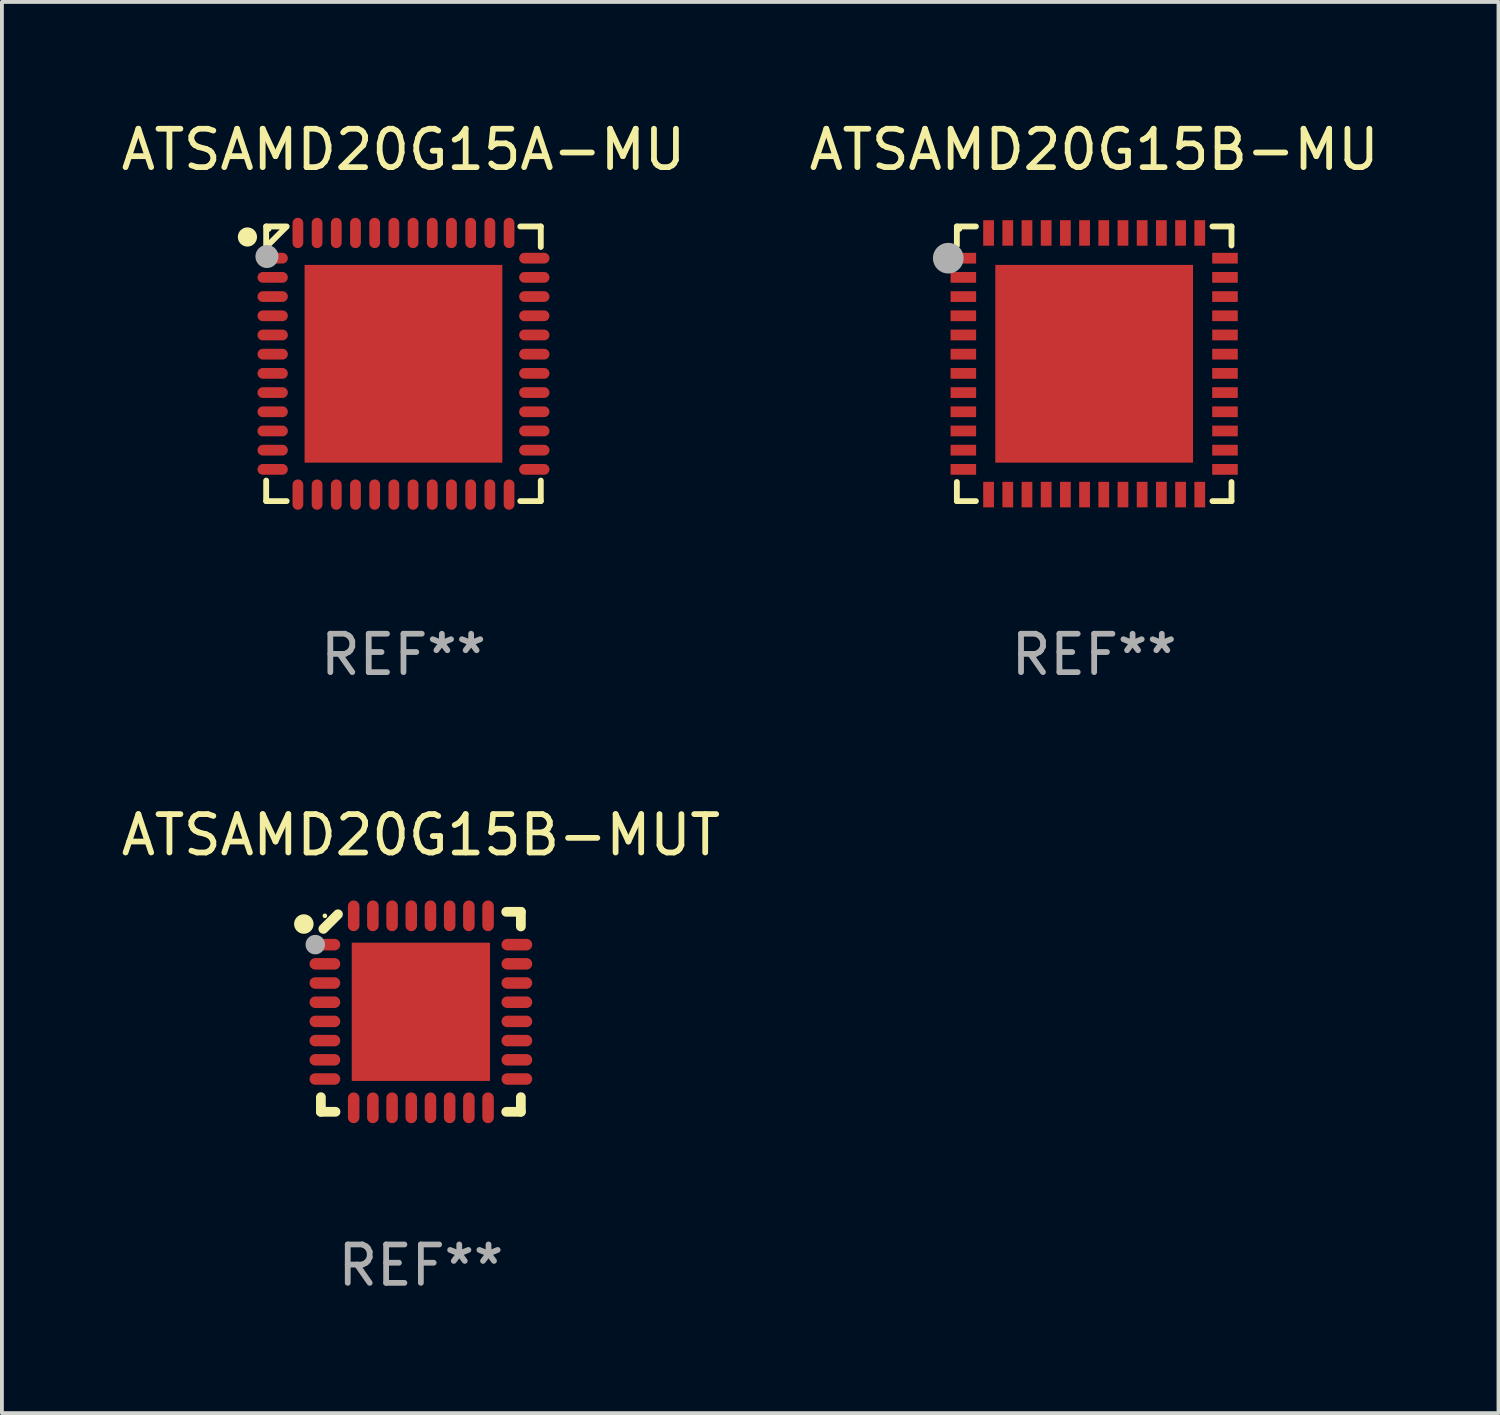
<source format=kicad_pcb>
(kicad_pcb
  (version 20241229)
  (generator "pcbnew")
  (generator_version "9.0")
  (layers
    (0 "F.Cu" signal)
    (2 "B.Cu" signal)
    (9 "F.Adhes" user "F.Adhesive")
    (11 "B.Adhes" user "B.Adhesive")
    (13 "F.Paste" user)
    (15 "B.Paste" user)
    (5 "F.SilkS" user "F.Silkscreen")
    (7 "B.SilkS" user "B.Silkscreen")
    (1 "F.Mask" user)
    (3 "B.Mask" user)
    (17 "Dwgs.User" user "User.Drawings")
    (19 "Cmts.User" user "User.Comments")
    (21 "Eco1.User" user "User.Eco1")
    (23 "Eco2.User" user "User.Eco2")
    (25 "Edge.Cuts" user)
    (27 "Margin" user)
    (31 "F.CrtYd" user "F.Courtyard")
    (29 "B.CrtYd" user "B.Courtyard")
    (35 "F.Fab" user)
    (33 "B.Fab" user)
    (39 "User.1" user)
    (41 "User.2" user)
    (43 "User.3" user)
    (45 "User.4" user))
  (footprint "ATSAMD20G15B-MUT"
    (layer "F.Cu")
    (at 7.911 23.301)
    (property "Reference" "ATSAMD20G15B-MUT" (at 0 -4.604 0) (layer "F.SilkS") (effects (font (size 1 1) (thickness 0.15))))
    (attr through_hole)
    (fp_line (start -2.604 2.223) (end -2.604 2.604) (stroke (width 0.254) (type solid)) (layer "F.SilkS"))
    (fp_line (start -2.604 2.604) (end -2.223 2.604) (stroke (width 0.254) (type solid)) (layer "F.SilkS"))
    (fp_line (start -2.159 -2.54) (end -2.54 -2.159) (stroke (width 0.254) (type solid)) (layer "F.SilkS"))
    (fp_line (start 2.223 2.604) (end 2.604 2.604) (stroke (width 0.254) (type solid)) (layer "F.SilkS"))
    (fp_line (start 2.604 -2.604) (end 2.223 -2.604) (stroke (width 0.254) (type solid)) (layer "F.SilkS"))
    (fp_line (start 2.604 -2.223) (end 2.604 -2.604) (stroke (width 0.254) (type solid)) (layer "F.SilkS"))
    (fp_line (start 2.604 2.604) (end 2.604 2.223) (stroke (width 0.254) (type solid)) (layer "F.SilkS"))
    (fp_circle (center -3.048 -2.286) (end -2.921 -2.286) (stroke (width 0.254) (type solid)) (fill no) (layer "F.SilkS"))
    (fp_circle (center -2.5 -2.5) (end -2.47 -2.5) (stroke (width 0.06) (type solid)) (fill no) (layer "F.SilkS"))
    (fp_circle (center -2.75 -1.75) (end -2.623 -1.75) (stroke (width 0.254) (type solid)) (fill no) (layer "F.Fab"))
    (fp_text user "REF**" (at 0 6.604 0) (layer "F.Fab") (effects (font (size 1 1) (thickness 0.15))))
    (pad "1" smd oval (at -2.5 -1.75) (size 0.8 0.3) (layers "F.Cu" "F.Mask" "F.Paste"))
    (pad "2" smd oval (at -2.5 -1.25) (size 0.8 0.3) (layers "F.Cu" "F.Mask" "F.Paste"))
    (pad "3" smd oval (at -2.5 -0.75) (size 0.8 0.3) (layers "F.Cu" "F.Mask" "F.Paste"))
    (pad "4" smd oval (at -2.5 -0.25) (size 0.8 0.3) (layers "F.Cu" "F.Mask" "F.Paste"))
    (pad "5" smd oval (at -2.5 0.25) (size 0.8 0.3) (layers "F.Cu" "F.Mask" "F.Paste"))
    (pad "6" smd oval (at -2.5 0.75) (size 0.8 0.3) (layers "F.Cu" "F.Mask" "F.Paste"))
    (pad "7" smd oval (at -2.5 1.25) (size 0.8 0.3) (layers "F.Cu" "F.Mask" "F.Paste"))
    (pad "8" smd oval (at -2.5 1.75) (size 0.8 0.3) (layers "F.Cu" "F.Mask" "F.Paste"))
    (pad "9" smd oval (at -1.75 2.5) (size 0.3 0.8) (layers "F.Cu" "F.Mask" "F.Paste"))
    (pad "10" smd oval (at -1.25 2.5) (size 0.3 0.8) (layers "F.Cu" "F.Mask" "F.Paste"))
    (pad "11" smd oval (at -0.75 2.5) (size 0.3 0.8) (layers "F.Cu" "F.Mask" "F.Paste"))
    (pad "12" smd oval (at -0.25 2.5) (size 0.3 0.8) (layers "F.Cu" "F.Mask" "F.Paste"))
    (pad "13" smd oval (at 0.25 2.5) (size 0.3 0.8) (layers "F.Cu" "F.Mask" "F.Paste"))
    (pad "14" smd oval (at 0.75 2.5) (size 0.3 0.8) (layers "F.Cu" "F.Mask" "F.Paste"))
    (pad "15" smd oval (at 1.25 2.5) (size 0.3 0.8) (layers "F.Cu" "F.Mask" "F.Paste"))
    (pad "16" smd oval (at 1.75 2.5) (size 0.3 0.8) (layers "F.Cu" "F.Mask" "F.Paste"))
    (pad "17" smd oval (at 2.5 1.75) (size 0.8 0.3) (layers "F.Cu" "F.Mask" "F.Paste"))
    (pad "18" smd oval (at 2.5 1.25) (size 0.8 0.3) (layers "F.Cu" "F.Mask" "F.Paste"))
    (pad "19" smd oval (at 2.5 0.75) (size 0.8 0.3) (layers "F.Cu" "F.Mask" "F.Paste"))
    (pad "20" smd oval (at 2.5 0.25) (size 0.8 0.3) (layers "F.Cu" "F.Mask" "F.Paste"))
    (pad "21" smd oval (at 2.5 -0.25) (size 0.8 0.3) (layers "F.Cu" "F.Mask" "F.Paste"))
    (pad "22" smd oval (at 2.5 -0.75) (size 0.8 0.3) (layers "F.Cu" "F.Mask" "F.Paste"))
    (pad "23" smd oval (at 2.5 -1.25) (size 0.8 0.3) (layers "F.Cu" "F.Mask" "F.Paste"))
    (pad "24" smd oval (at 2.5 -1.75) (size 0.8 0.3) (layers "F.Cu" "F.Mask" "F.Paste"))
    (pad "25" smd oval (at 1.75 -2.5) (size 0.3 0.8) (layers "F.Cu" "F.Mask" "F.Paste"))
    (pad "26" smd oval (at 1.25 -2.5) (size 0.3 0.8) (layers "F.Cu" "F.Mask" "F.Paste"))
    (pad "27" smd oval (at 0.75 -2.5) (size 0.3 0.8) (layers "F.Cu" "F.Mask" "F.Paste"))
    (pad "28" smd oval (at 0.25 -2.5) (size 0.3 0.8) (layers "F.Cu" "F.Mask" "F.Paste"))
    (pad "29" smd oval (at -0.25 -2.5) (size 0.3 0.8) (layers "F.Cu" "F.Mask" "F.Paste"))
    (pad "30" smd oval (at -0.75 -2.5) (size 0.3 0.8) (layers "F.Cu" "F.Mask" "F.Paste"))
    (pad "31" smd oval (at -1.25 -2.5) (size 0.3 0.8) (layers "F.Cu" "F.Mask" "F.Paste"))
    (pad "32" smd oval (at -1.75 -2.5) (size 0.3 0.8) (layers "F.Cu" "F.Mask" "F.Paste"))
    (pad "33" smd rect (at -0.000076 0) (size 3.6 3.6) (layers "F.Cu" "F.Mask" "F.Paste")))
  (footprint "ATSAMD20G15A-MU"
    (layer "F.Cu")
    (at 7.458 6.424)
    (property "Reference" "ATSAMD20G15A-MU" (at 0 -5.576 0) (layer "F.SilkS") (effects (font (size 1 1) (thickness 0.15))))
    (attr through_hole)
    (fp_line (start -3.576 -3.576) (end -3.042 -3.576) (stroke (width 0.152) (type solid)) (layer "F.SilkS"))
    (fp_line (start -3.576 -3.042) (end -3.576 -3.576) (stroke (width 0.152) (type solid)) (layer "F.SilkS"))
    (fp_line (start -3.576 3.042) (end -3.576 3.576) (stroke (width 0.152) (type solid)) (layer "F.SilkS"))
    (fp_line (start -3.576 3.576) (end -3.042 3.576) (stroke (width 0.152) (type solid)) (layer "F.SilkS"))
    (fp_line (start -3.069 -3.549) (end -3.549 -3.069) (stroke (width 0.152) (type solid)) (layer "F.SilkS"))
    (fp_line (start 3.576 -3.576) (end 3.042 -3.576) (stroke (width 0.152) (type solid)) (layer "F.SilkS"))
    (fp_line (start 3.576 -3.042) (end 3.576 -3.576) (stroke (width 0.152) (type solid)) (layer "F.SilkS"))
    (fp_line (start 3.576 3.042) (end 3.576 3.576) (stroke (width 0.152) (type solid)) (layer "F.SilkS"))
    (fp_line (start 3.576 3.576) (end 3.042 3.576) (stroke (width 0.152) (type solid)) (layer "F.SilkS"))
    (fp_circle (center -4.064 -3.302) (end -3.939 -3.302) (stroke (width 0.25) (type solid)) (fill no) (layer "F.SilkS"))
    (fp_circle (center -3.5 -3.5) (end -3.47 -3.5) (stroke (width 0.06) (type solid)) (fill no) (layer "F.SilkS"))
    (fp_circle (center -3.556 -2.794) (end -3.406 -2.794) (stroke (width 0.3) (type solid)) (fill no) (layer "F.Fab"))
    (fp_text user "REF**" (at 0 7.576 0) (layer "F.Fab") (effects (font (size 1 1) (thickness 0.15))))
    (pad "1" smd oval (at -3.407 -2.75) (size 0.79 0.28) (layers "F.Cu" "F.Mask" "F.Paste"))
    (pad "2" smd oval (at -3.407 -2.25) (size 0.79 0.28) (layers "F.Cu" "F.Mask" "F.Paste"))
    (pad "3" smd oval (at -3.407 -1.75) (size 0.79 0.28) (layers "F.Cu" "F.Mask" "F.Paste"))
    (pad "4" smd oval (at -3.407 -1.25) (size 0.79 0.28) (layers "F.Cu" "F.Mask" "F.Paste"))
    (pad "5" smd oval (at -3.407 -0.75) (size 0.79 0.28) (layers "F.Cu" "F.Mask" "F.Paste"))
    (pad "6" smd oval (at -3.407 -0.25) (size 0.79 0.28) (layers "F.Cu" "F.Mask" "F.Paste"))
    (pad "7" smd oval (at -3.407 0.25) (size 0.79 0.28) (layers "F.Cu" "F.Mask" "F.Paste"))
    (pad "8" smd oval (at -3.407 0.75) (size 0.79 0.28) (layers "F.Cu" "F.Mask" "F.Paste"))
    (pad "9" smd oval (at -3.407 1.25) (size 0.79 0.28) (layers "F.Cu" "F.Mask" "F.Paste"))
    (pad "10" smd oval (at -3.407 1.75) (size 0.79 0.28) (layers "F.Cu" "F.Mask" "F.Paste"))
    (pad "11" smd oval (at -3.407 2.25) (size 0.79 0.28) (layers "F.Cu" "F.Mask" "F.Paste"))
    (pad "12" smd oval (at -3.407 2.75) (size 0.79 0.28) (layers "F.Cu" "F.Mask" "F.Paste"))
    (pad "13" smd oval (at -2.75 3.407) (size 0.28 0.79) (layers "F.Cu" "F.Mask" "F.Paste"))
    (pad "14" smd oval (at -2.25 3.407) (size 0.28 0.79) (layers "F.Cu" "F.Mask" "F.Paste"))
    (pad "15" smd oval (at -1.75 3.407) (size 0.28 0.79) (layers "F.Cu" "F.Mask" "F.Paste"))
    (pad "16" smd oval (at -1.25 3.407) (size 0.28 0.79) (layers "F.Cu" "F.Mask" "F.Paste"))
    (pad "17" smd oval (at -0.75 3.407) (size 0.28 0.79) (layers "F.Cu" "F.Mask" "F.Paste"))
    (pad "18" smd oval (at -0.25 3.407) (size 0.28 0.79) (layers "F.Cu" "F.Mask" "F.Paste"))
    (pad "19" smd oval (at 0.25 3.407) (size 0.28 0.79) (layers "F.Cu" "F.Mask" "F.Paste"))
    (pad "20" smd oval (at 0.75 3.407) (size 0.28 0.79) (layers "F.Cu" "F.Mask" "F.Paste"))
    (pad "21" smd oval (at 1.25 3.407) (size 0.28 0.79) (layers "F.Cu" "F.Mask" "F.Paste"))
    (pad "22" smd oval (at 1.75 3.407) (size 0.28 0.79) (layers "F.Cu" "F.Mask" "F.Paste"))
    (pad "23" smd oval (at 2.25 3.407) (size 0.28 0.79) (layers "F.Cu" "F.Mask" "F.Paste"))
    (pad "24" smd oval (at 2.75 3.407) (size 0.28 0.79) (layers "F.Cu" "F.Mask" "F.Paste"))
    (pad "25" smd oval (at 3.407 2.75) (size 0.79 0.28) (layers "F.Cu" "F.Mask" "F.Paste"))
    (pad "26" smd oval (at 3.407 2.25) (size 0.79 0.28) (layers "F.Cu" "F.Mask" "F.Paste"))
    (pad "27" smd oval (at 3.407 1.75) (size 0.79 0.28) (layers "F.Cu" "F.Mask" "F.Paste"))
    (pad "28" smd oval (at 3.407 1.25) (size 0.79 0.28) (layers "F.Cu" "F.Mask" "F.Paste"))
    (pad "29" smd oval (at 3.407 0.75) (size 0.79 0.28) (layers "F.Cu" "F.Mask" "F.Paste"))
    (pad "30" smd oval (at 3.407 0.25) (size 0.79 0.28) (layers "F.Cu" "F.Mask" "F.Paste"))
    (pad "31" smd oval (at 3.407 -0.25) (size 0.79 0.28) (layers "F.Cu" "F.Mask" "F.Paste"))
    (pad "32" smd oval (at 3.407 -0.75) (size 0.79 0.28) (layers "F.Cu" "F.Mask" "F.Paste"))
    (pad "33" smd oval (at 3.407 -1.25) (size 0.79 0.28) (layers "F.Cu" "F.Mask" "F.Paste"))
    (pad "34" smd oval (at 3.407 -1.75) (size 0.79 0.28) (layers "F.Cu" "F.Mask" "F.Paste"))
    (pad "35" smd oval (at 3.407 -2.25) (size 0.79 0.28) (layers "F.Cu" "F.Mask" "F.Paste"))
    (pad "36" smd oval (at 3.407 -2.75) (size 0.79 0.28) (layers "F.Cu" "F.Mask" "F.Paste"))
    (pad "37" smd oval (at 2.75 -3.407) (size 0.28 0.79) (layers "F.Cu" "F.Mask" "F.Paste"))
    (pad "38" smd oval (at 2.25 -3.407) (size 0.28 0.79) (layers "F.Cu" "F.Mask" "F.Paste"))
    (pad "39" smd oval (at 1.75 -3.407) (size 0.28 0.79) (layers "F.Cu" "F.Mask" "F.Paste"))
    (pad "40" smd oval (at 1.25 -3.407) (size 0.28 0.79) (layers "F.Cu" "F.Mask" "F.Paste"))
    (pad "41" smd oval (at 0.75 -3.407) (size 0.28 0.79) (layers "F.Cu" "F.Mask" "F.Paste"))
    (pad "42" smd oval (at 0.25 -3.407) (size 0.28 0.79) (layers "F.Cu" "F.Mask" "F.Paste"))
    (pad "43" smd oval (at -0.25 -3.407) (size 0.28 0.79) (layers "F.Cu" "F.Mask" "F.Paste"))
    (pad "44" smd oval (at -0.75 -3.407) (size 0.28 0.79) (layers "F.Cu" "F.Mask" "F.Paste"))
    (pad "45" smd oval (at -1.25 -3.407) (size 0.28 0.79) (layers "F.Cu" "F.Mask" "F.Paste"))
    (pad "46" smd oval (at -1.75 -3.407) (size 0.28 0.79) (layers "F.Cu" "F.Mask" "F.Paste"))
    (pad "47" smd oval (at -2.25 -3.407) (size 0.28 0.79) (layers "F.Cu" "F.Mask" "F.Paste"))
    (pad "48" smd oval (at -2.75 -3.407) (size 0.28 0.79) (layers "F.Cu" "F.Mask" "F.Paste"))
    (pad "49" smd rect (at 0 0) (size 5.15 5.15) (layers "F.Cu" "F.Mask" "F.Paste")))
  (footprint "ATSAMD20G15B-MU"
    (layer "F.Cu")
    (at 25.446 6.424)
    (property "Reference" "ATSAMD20G15B-MU" (at 0 -5.576 0) (layer "F.SilkS") (effects (font (size 1 1) (thickness 0.15))))
    (attr through_hole)
    (fp_line (start -3.576 -3.576) (end -3.576 -3.08) (stroke (width 0.152) (type solid)) (layer "F.SilkS"))
    (fp_line (start -3.576 3.576) (end -3.576 3.08) (stroke (width 0.152) (type solid)) (layer "F.SilkS"))
    (fp_line (start -3.08 -3.576) (end -3.576 -3.576) (stroke (width 0.152) (type solid)) (layer "F.SilkS"))
    (fp_line (start -3.08 3.576) (end -3.576 3.576) (stroke (width 0.152) (type solid)) (layer "F.SilkS"))
    (fp_line (start 3.08 -3.576) (end 3.576 -3.576) (stroke (width 0.152) (type solid)) (layer "F.SilkS"))
    (fp_line (start 3.08 3.576) (end 3.576 3.576) (stroke (width 0.152) (type solid)) (layer "F.SilkS"))
    (fp_line (start 3.576 -3.576) (end 3.576 -3.08) (stroke (width 0.152) (type solid)) (layer "F.SilkS"))
    (fp_line (start 3.576 3.576) (end 3.576 3.08) (stroke (width 0.152) (type solid)) (layer "F.SilkS"))
    (fp_circle (center -4.04 -2.75) (end -3.965 -2.75) (stroke (width 0.15) (type solid)) (fill no) (layer "F.SilkS"))
    (fp_circle (center -3.5 -3.5) (end -3.47 -3.5) (stroke (width 0.06) (type solid)) (fill no) (layer "F.SilkS"))
    (fp_circle (center -3.8 -2.75) (end -3.6 -2.75) (stroke (width 0.4) (type solid)) (fill no) (layer "F.Fab"))
    (fp_text user "REF**" (at 0 7.576 0) (layer "F.Fab") (effects (font (size 1 1) (thickness 0.15))))
    (pad "1" smd rect (at -3.407 -2.75) (size 0.665 0.28) (layers "F.Cu" "F.Mask" "F.Paste"))
    (pad "2" smd rect (at -3.407 -2.25) (size 0.665 0.28) (layers "F.Cu" "F.Mask" "F.Paste"))
    (pad "3" smd rect (at -3.407 -1.75) (size 0.665 0.28) (layers "F.Cu" "F.Mask" "F.Paste"))
    (pad "4" smd rect (at -3.407 -1.25) (size 0.665 0.28) (layers "F.Cu" "F.Mask" "F.Paste"))
    (pad "5" smd rect (at -3.407 -0.75) (size 0.665 0.28) (layers "F.Cu" "F.Mask" "F.Paste"))
    (pad "6" smd rect (at -3.407 -0.25) (size 0.665 0.28) (layers "F.Cu" "F.Mask" "F.Paste"))
    (pad "7" smd rect (at -3.407 0.25) (size 0.665 0.28) (layers "F.Cu" "F.Mask" "F.Paste"))
    (pad "8" smd rect (at -3.407 0.75) (size 0.665 0.28) (layers "F.Cu" "F.Mask" "F.Paste"))
    (pad "9" smd rect (at -3.407 1.25) (size 0.665 0.28) (layers "F.Cu" "F.Mask" "F.Paste"))
    (pad "10" smd rect (at -3.407 1.75) (size 0.665 0.28) (layers "F.Cu" "F.Mask" "F.Paste"))
    (pad "11" smd rect (at -3.407 2.25) (size 0.665 0.28) (layers "F.Cu" "F.Mask" "F.Paste"))
    (pad "12" smd rect (at -3.407 2.75) (size 0.665 0.28) (layers "F.Cu" "F.Mask" "F.Paste"))
    (pad "13" smd rect (at -2.75 3.407) (size 0.28 0.665) (layers "F.Cu" "F.Mask" "F.Paste"))
    (pad "14" smd rect (at -2.25 3.407) (size 0.28 0.665) (layers "F.Cu" "F.Mask" "F.Paste"))
    (pad "15" smd rect (at -1.75 3.407) (size 0.28 0.665) (layers "F.Cu" "F.Mask" "F.Paste"))
    (pad "16" smd rect (at -1.25 3.407) (size 0.28 0.665) (layers "F.Cu" "F.Mask" "F.Paste"))
    (pad "17" smd rect (at -0.75 3.407) (size 0.28 0.665) (layers "F.Cu" "F.Mask" "F.Paste"))
    (pad "18" smd rect (at -0.25 3.407) (size 0.28 0.665) (layers "F.Cu" "F.Mask" "F.Paste"))
    (pad "19" smd rect (at 0.25 3.407) (size 0.28 0.665) (layers "F.Cu" "F.Mask" "F.Paste"))
    (pad "20" smd rect (at 0.75 3.407) (size 0.28 0.665) (layers "F.Cu" "F.Mask" "F.Paste"))
    (pad "21" smd rect (at 1.25 3.407) (size 0.28 0.665) (layers "F.Cu" "F.Mask" "F.Paste"))
    (pad "22" smd rect (at 1.75 3.407) (size 0.28 0.665) (layers "F.Cu" "F.Mask" "F.Paste"))
    (pad "23" smd rect (at 2.25 3.407) (size 0.28 0.665) (layers "F.Cu" "F.Mask" "F.Paste"))
    (pad "24" smd rect (at 2.75 3.407) (size 0.28 0.665) (layers "F.Cu" "F.Mask" "F.Paste"))
    (pad "25" smd rect (at 3.407 2.75) (size 0.665 0.28) (layers "F.Cu" "F.Mask" "F.Paste"))
    (pad "26" smd rect (at 3.407 2.25) (size 0.665 0.28) (layers "F.Cu" "F.Mask" "F.Paste"))
    (pad "27" smd rect (at 3.407 1.75) (size 0.665 0.28) (layers "F.Cu" "F.Mask" "F.Paste"))
    (pad "28" smd rect (at 3.407 1.25) (size 0.665 0.28) (layers "F.Cu" "F.Mask" "F.Paste"))
    (pad "29" smd rect (at 3.407 0.75) (size 0.665 0.28) (layers "F.Cu" "F.Mask" "F.Paste"))
    (pad "30" smd rect (at 3.407 0.25) (size 0.665 0.28) (layers "F.Cu" "F.Mask" "F.Paste"))
    (pad "31" smd rect (at 3.407 -0.25) (size 0.665 0.28) (layers "F.Cu" "F.Mask" "F.Paste"))
    (pad "32" smd rect (at 3.407 -0.75) (size 0.665 0.28) (layers "F.Cu" "F.Mask" "F.Paste"))
    (pad "33" smd rect (at 3.407 -1.25) (size 0.665 0.28) (layers "F.Cu" "F.Mask" "F.Paste"))
    (pad "34" smd rect (at 3.407 -1.75) (size 0.665 0.28) (layers "F.Cu" "F.Mask" "F.Paste"))
    (pad "35" smd rect (at 3.407 -2.25) (size 0.665 0.28) (layers "F.Cu" "F.Mask" "F.Paste"))
    (pad "36" smd rect (at 3.407 -2.75) (size 0.665 0.28) (layers "F.Cu" "F.Mask" "F.Paste"))
    (pad "37" smd rect (at 2.75 -3.407) (size 0.28 0.665) (layers "F.Cu" "F.Mask" "F.Paste"))
    (pad "38" smd rect (at 2.25 -3.407) (size 0.28 0.665) (layers "F.Cu" "F.Mask" "F.Paste"))
    (pad "39" smd rect (at 1.75 -3.407) (size 0.28 0.665) (layers "F.Cu" "F.Mask" "F.Paste"))
    (pad "40" smd rect (at 1.25 -3.407) (size 0.28 0.665) (layers "F.Cu" "F.Mask" "F.Paste"))
    (pad "41" smd rect (at 0.75 -3.407) (size 0.28 0.665) (layers "F.Cu" "F.Mask" "F.Paste"))
    (pad "42" smd rect (at 0.25 -3.407) (size 0.28 0.665) (layers "F.Cu" "F.Mask" "F.Paste"))
    (pad "43" smd rect (at -0.25 -3.407) (size 0.28 0.665) (layers "F.Cu" "F.Mask" "F.Paste"))
    (pad "44" smd rect (at -0.75 -3.407) (size 0.28 0.665) (layers "F.Cu" "F.Mask" "F.Paste"))
    (pad "45" smd rect (at -1.25 -3.407) (size 0.28 0.665) (layers "F.Cu" "F.Mask" "F.Paste"))
    (pad "46" smd rect (at -1.75 -3.407) (size 0.28 0.665) (layers "F.Cu" "F.Mask" "F.Paste"))
    (pad "47" smd rect (at -2.25 -3.407) (size 0.28 0.665) (layers "F.Cu" "F.Mask" "F.Paste"))
    (pad "48" smd rect (at -2.75 -3.407) (size 0.28 0.665) (layers "F.Cu" "F.Mask" "F.Paste"))
    (pad "49" smd rect (at 0 0) (size 5.15 5.15) (layers "F.Cu" "F.Mask" "F.Paste")))
  (gr_rect
    (start -3 -3)
    (end 35.976 33.752)
    (stroke (width 0.1) (type default))
    (fill no)
    (layer "Edge.Cuts")))
</source>
